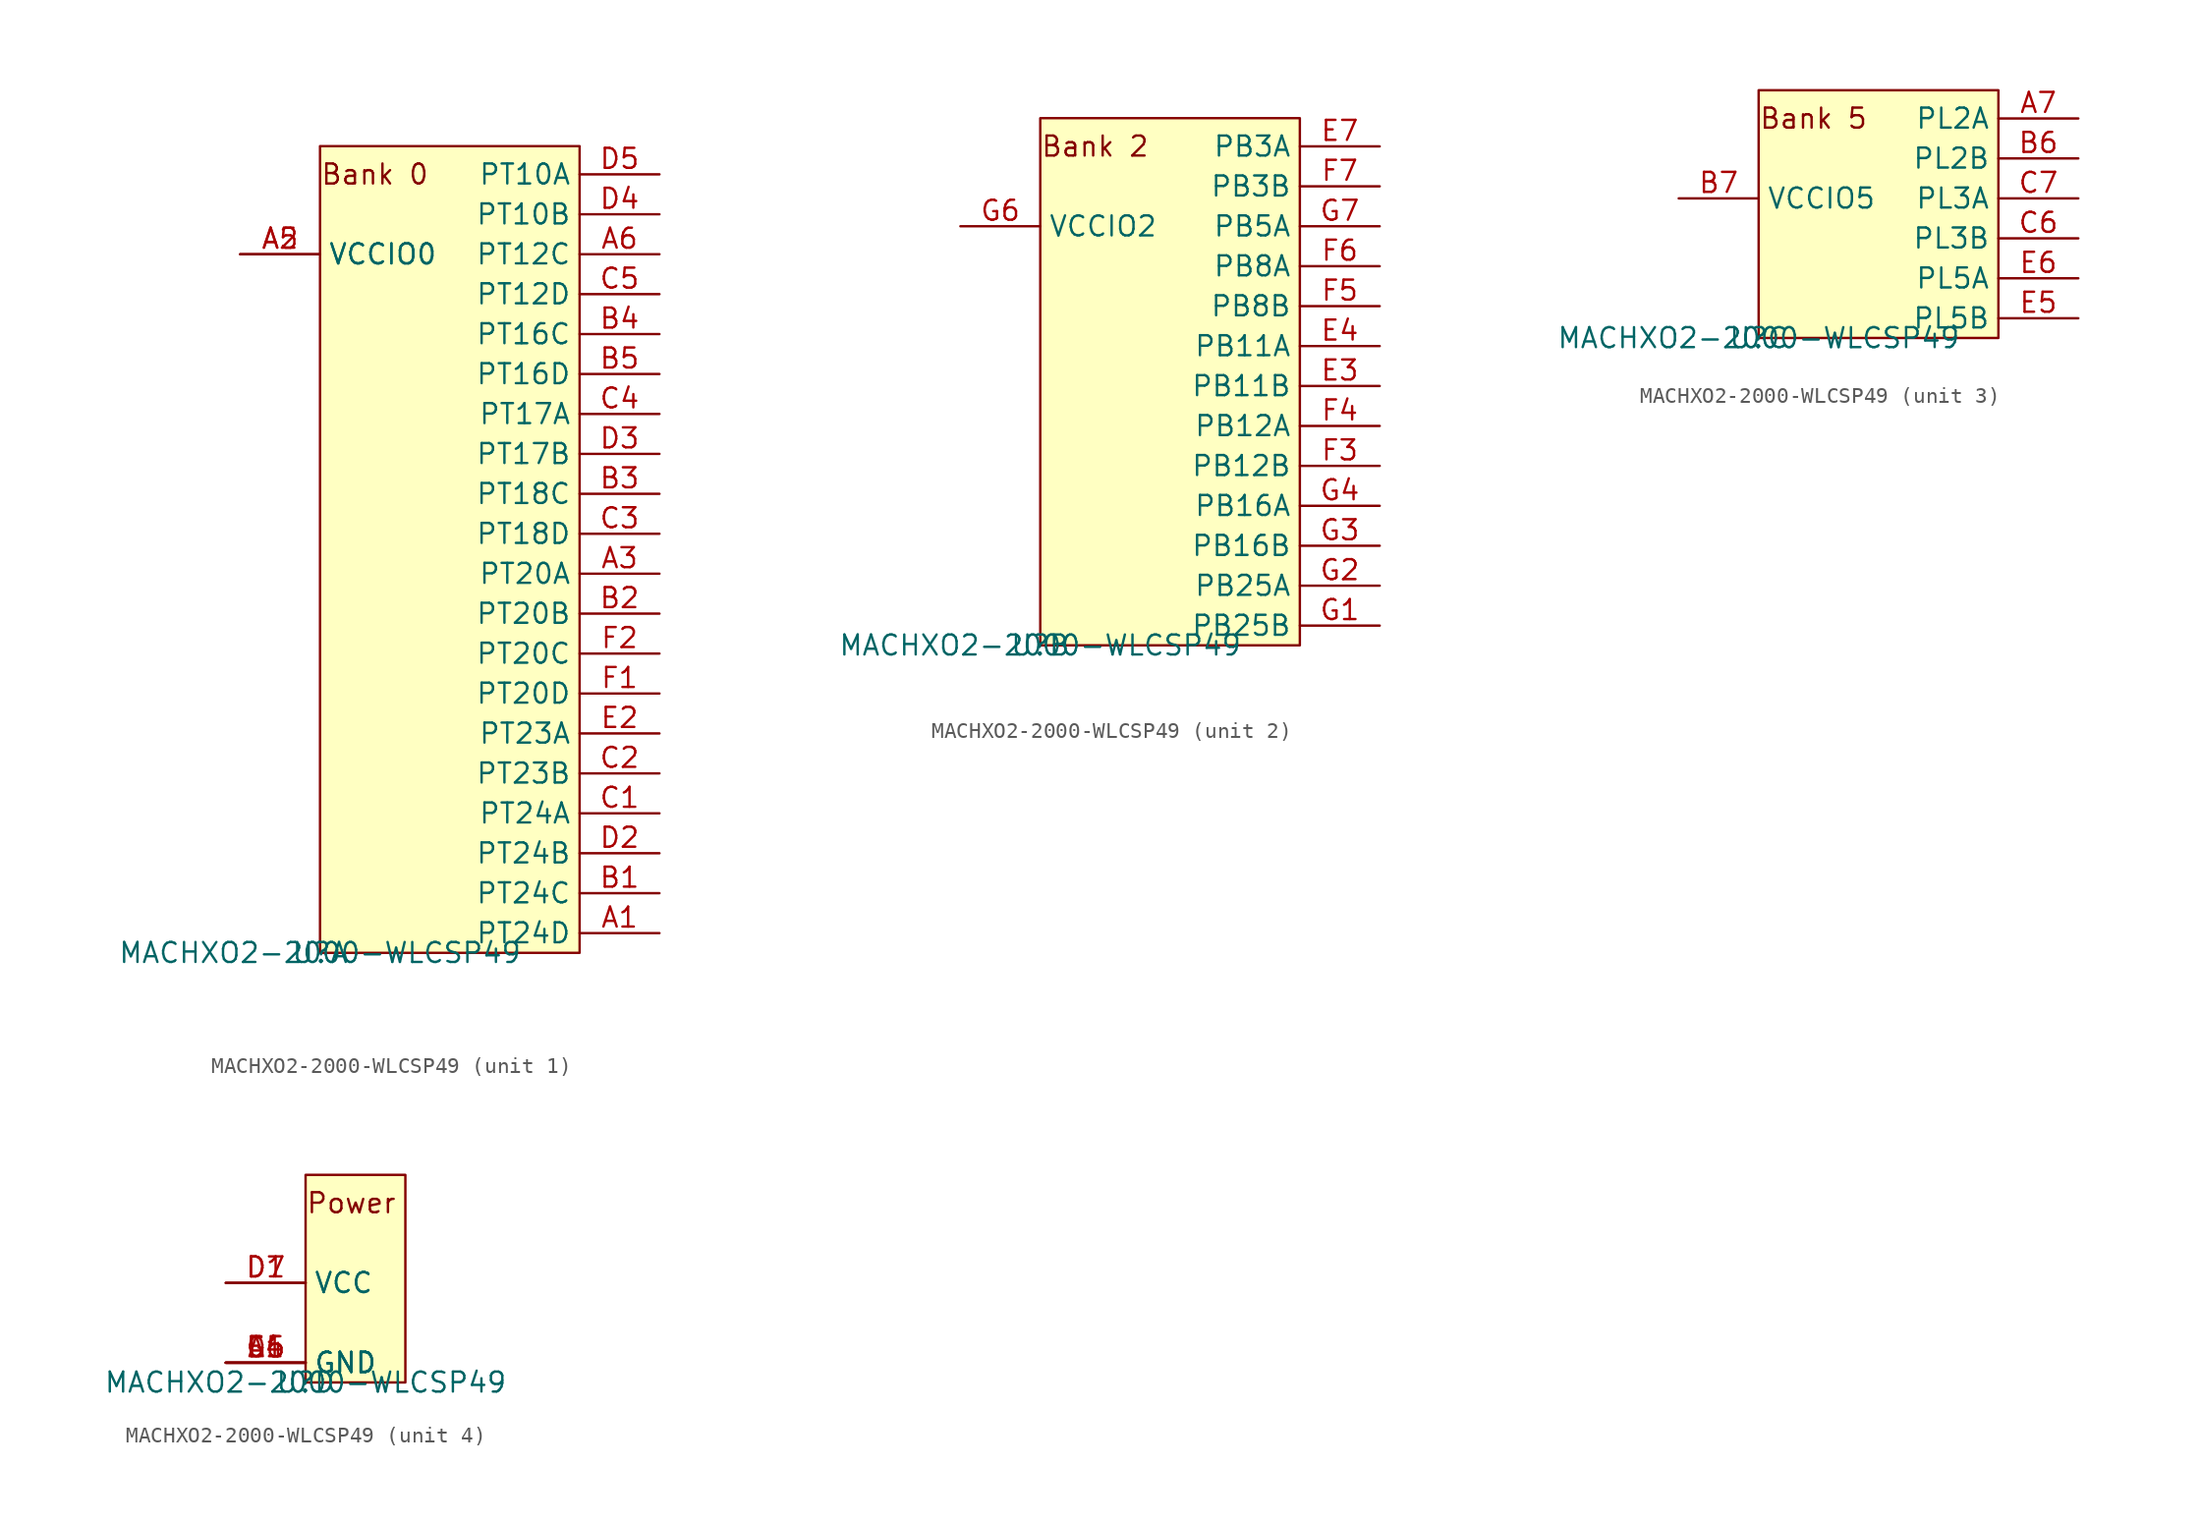
<source format=kicad_sym>
(kicad_symbol_lib
  (version 20211014)
  (generator kicad_symbol_editor)
  (symbol "MACHXO2-2000-WLCSP49"
    (property "Reference" "U"
      (at 0 0 0)
      (effects (font (size 1.27 1.27))))
    (property "Value" "MACHXO2-2000-WLCSP49"
      (at 0 0 0)
      (effects (font (size 1.27 1.27))))
    (property "ki_locked" ""
      (at 0 0 0)
      (effects (font (size 1.27 1.27))))
    (symbol "MACHXO2-2000-WLCSP49_1_0"
      (pin power_in line (at -5.08 44.434 0) (length 5.08) (name "VCCIO0" (effects (font (size 1.27 1.27)))) (number "A5" (effects (font (size 1.27 1.27)))))
      (pin power_in line (at -5.08 44.434 0) (length 5.08) (name "VCCIO0" (effects (font (size 1.27 1.27)))) (number "A2" (effects (font (size 1.27 1.27)))))
      (pin bidirectional line (at 21.59 49.514 180) (length 5.08) (name "PT10A" (effects (font (size 1.27 1.27)))) (number "D5" (effects (font (size 1.27 1.27)))))
      (pin bidirectional line (at 21.59 46.974 180) (length 5.08) (name "PT10B" (effects (font (size 1.27 1.27)))) (number "D4" (effects (font (size 1.27 1.27)))))
      (pin bidirectional line (at 21.59 44.434 180) (length 5.08) (name "PT12C" (effects (font (size 1.27 1.27)))) (number "A6" (effects (font (size 1.27 1.27)))))
      (pin bidirectional line (at 21.59 41.894 180) (length 5.08) (name "PT12D" (effects (font (size 1.27 1.27)))) (number "C5" (effects (font (size 1.27 1.27)))))
      (pin bidirectional line (at 21.59 39.354 180) (length 5.08) (name "PT16C" (effects (font (size 1.27 1.27)))) (number "B4" (effects (font (size 1.27 1.27)))))
      (pin bidirectional line (at 21.59 36.814 180) (length 5.08) (name "PT16D" (effects (font (size 1.27 1.27)))) (number "B5" (effects (font (size 1.27 1.27)))))
      (pin bidirectional line (at 21.59 34.274 180) (length 5.08) (name "PT17A" (effects (font (size 1.27 1.27)))) (number "C4" (effects (font (size 1.27 1.27)))))
      (pin bidirectional line (at 21.59 31.734 180) (length 5.08) (name "PT17B" (effects (font (size 1.27 1.27)))) (number "D3" (effects (font (size 1.27 1.27)))))
      (pin bidirectional line (at 21.59 29.194 180) (length 5.08) (name "PT18C" (effects (font (size 1.27 1.27)))) (number "B3" (effects (font (size 1.27 1.27)))))
      (pin bidirectional line (at 21.59 26.654 180) (length 5.08) (name "PT18D" (effects (font (size 1.27 1.27)))) (number "C3" (effects (font (size 1.27 1.27)))))
      (pin bidirectional line (at 21.59 24.114 180) (length 5.08) (name "PT20A" (effects (font (size 1.27 1.27)))) (number "A3" (effects (font (size 1.27 1.27)))))
      (pin bidirectional line (at 21.59 21.574 180) (length 5.08) (name "PT20B" (effects (font (size 1.27 1.27)))) (number "B2" (effects (font (size 1.27 1.27)))))
      (pin bidirectional line (at 21.59 19.034 180) (length 5.08) (name "PT20C" (effects (font (size 1.27 1.27)))) (number "F2" (effects (font (size 1.27 1.27)))))
      (pin bidirectional line (at 21.59 16.494 180) (length 5.08) (name "PT20D" (effects (font (size 1.27 1.27)))) (number "F1" (effects (font (size 1.27 1.27)))))
      (pin bidirectional line (at 21.59 13.954 180) (length 5.08) (name "PT23A" (effects (font (size 1.27 1.27)))) (number "E2" (effects (font (size 1.27 1.27)))))
      (pin bidirectional line (at 21.59 11.414 180) (length 5.08) (name "PT23B" (effects (font (size 1.27 1.27)))) (number "C2" (effects (font (size 1.27 1.27)))))
      (pin bidirectional line (at 21.59 8.874 180) (length 5.08) (name "PT24A" (effects (font (size 1.27 1.27)))) (number "C1" (effects (font (size 1.27 1.27)))))
      (pin bidirectional line (at 21.59 6.334 180) (length 5.08) (name "PT24B" (effects (font (size 1.27 1.27)))) (number "D2" (effects (font (size 1.27 1.27)))))
      (pin bidirectional line (at 21.59 3.794 180) (length 5.08) (name "PT24C" (effects (font (size 1.27 1.27)))) (number "B1" (effects (font (size 1.27 1.27)))))
      (pin bidirectional line (at 21.59 1.254 180) (length 5.08) (name "PT24D" (effects (font (size 1.27 1.27)))) (number "A1" (effects (font (size 1.27 1.27))))))
    (symbol "MACHXO2-2000-WLCSP49_1_1"
      (rectangle (start 0 0) (end 16.51 51.308) (stroke (width 0) (type default) (color 0 0 0 0)) (fill (type background)))
      (text "Bank 0" (at 0 49.514 0) (effects (font (size 1.27 1.27)) (justify left))))
    (symbol "MACHXO2-2000-WLCSP49_2_0"
      (pin power_in line (at -5.08 26.654 0) (length 5.08) (name "VCCIO2" (effects (font (size 1.27 1.27)))) (number "G6" (effects (font (size 1.27 1.27)))))
      (pin bidirectional line (at 21.59 31.734 180) (length 5.08) (name "PB3A" (effects (font (size 1.27 1.27)))) (number "E7" (effects (font (size 1.27 1.27)))))
      (pin bidirectional line (at 21.59 29.194 180) (length 5.08) (name "PB3B" (effects (font (size 1.27 1.27)))) (number "F7" (effects (font (size 1.27 1.27)))))
      (pin bidirectional line (at 21.59 26.654 180) (length 5.08) (name "PB5A" (effects (font (size 1.27 1.27)))) (number "G7" (effects (font (size 1.27 1.27)))))
      (pin bidirectional line (at 21.59 24.114 180) (length 5.08) (name "PB8A" (effects (font (size 1.27 1.27)))) (number "F6" (effects (font (size 1.27 1.27)))))
      (pin bidirectional line (at 21.59 21.574 180) (length 5.08) (name "PB8B" (effects (font (size 1.27 1.27)))) (number "F5" (effects (font (size 1.27 1.27)))))
      (pin bidirectional line (at 21.59 19.034 180) (length 5.08) (name "PB11A" (effects (font (size 1.27 1.27)))) (number "E4" (effects (font (size 1.27 1.27)))))
      (pin bidirectional line (at 21.59 16.494 180) (length 5.08) (name "PB11B" (effects (font (size 1.27 1.27)))) (number "E3" (effects (font (size 1.27 1.27)))))
      (pin bidirectional line (at 21.59 13.954 180) (length 5.08) (name "PB12A" (effects (font (size 1.27 1.27)))) (number "F4" (effects (font (size 1.27 1.27)))))
      (pin bidirectional line (at 21.59 11.414 180) (length 5.08) (name "PB12B" (effects (font (size 1.27 1.27)))) (number "F3" (effects (font (size 1.27 1.27)))))
      (pin bidirectional line (at 21.59 8.874 180) (length 5.08) (name "PB16A" (effects (font (size 1.27 1.27)))) (number "G4" (effects (font (size 1.27 1.27)))))
      (pin bidirectional line (at 21.59 6.334 180) (length 5.08) (name "PB16B" (effects (font (size 1.27 1.27)))) (number "G3" (effects (font (size 1.27 1.27)))))
      (pin bidirectional line (at 21.59 3.794 180) (length 5.08) (name "PB25A" (effects (font (size 1.27 1.27)))) (number "G2" (effects (font (size 1.27 1.27)))))
      (pin bidirectional line (at 21.59 1.254 180) (length 5.08) (name "PB25B" (effects (font (size 1.27 1.27)))) (number "G1" (effects (font (size 1.27 1.27))))))
    (symbol "MACHXO2-2000-WLCSP49_2_1"
      (rectangle (start 0 0) (end 16.51 33.528) (stroke (width 0) (type default) (color 0 0 0 0)) (fill (type background)))
      (text "Bank 2" (at 0 31.734 0) (effects (font (size 1.27 1.27)) (justify left))))
    (symbol "MACHXO2-2000-WLCSP49_3_0"
      (pin power_in line (at -5.08 8.874 0) (length 5.08) (name "VCCIO5" (effects (font (size 1.27 1.27)))) (number "B7" (effects (font (size 1.27 1.27)))))
      (pin bidirectional line (at 20.32 13.954 180) (length 5.08) (name "PL2A" (effects (font (size 1.27 1.27)))) (number "A7" (effects (font (size 1.27 1.27)))))
      (pin bidirectional line (at 20.32 11.414 180) (length 5.08) (name "PL2B" (effects (font (size 1.27 1.27)))) (number "B6" (effects (font (size 1.27 1.27)))))
      (pin bidirectional line (at 20.32 8.874 180) (length 5.08) (name "PL3A" (effects (font (size 1.27 1.27)))) (number "C7" (effects (font (size 1.27 1.27)))))
      (pin bidirectional line (at 20.32 6.334 180) (length 5.08) (name "PL3B" (effects (font (size 1.27 1.27)))) (number "C6" (effects (font (size 1.27 1.27)))))
      (pin bidirectional line (at 20.32 3.794 180) (length 5.08) (name "PL5A" (effects (font (size 1.27 1.27)))) (number "E6" (effects (font (size 1.27 1.27)))))
      (pin bidirectional line (at 20.32 1.254 180) (length 5.08) (name "PL5B" (effects (font (size 1.27 1.27)))) (number "E5" (effects (font (size 1.27 1.27))))))
    (symbol "MACHXO2-2000-WLCSP49_3_1"
      (rectangle (start 0 0) (end 15.24 15.748) (stroke (width 0) (type default) (color 0 0 0 0)) (fill (type background)))
      (text "Bank 5" (at 0 13.954 0) (effects (font (size 1.27 1.27)) (justify left))))
    (symbol "MACHXO2-2000-WLCSP49_4_0"
      (pin power_in line (at -5.08 6.334 0) (length 5.08) (name "VCC" (effects (font (size 1.27 1.27)))) (number "D7" (effects (font (size 1.27 1.27)))))
      (pin power_in line (at -5.08 6.334 0) (length 5.08) (name "VCC" (effects (font (size 1.27 1.27)))) (number "D1" (effects (font (size 1.27 1.27)))))
      (pin power_in line (at -5.08 1.254 0) (length 5.08) (name "GND" (effects (font (size 1.27 1.27)))) (number "A4" (effects (font (size 1.27 1.27)))))
      (pin power_in line (at -5.08 1.254 0) (length 5.08) (name "GND" (effects (font (size 1.27 1.27)))) (number "D6" (effects (font (size 1.27 1.27)))))
      (pin power_in line (at -5.08 1.254 0) (length 5.08) (name "GND" (effects (font (size 1.27 1.27)))) (number "E1" (effects (font (size 1.27 1.27)))))
      (pin power_in line (at -5.08 1.254 0) (length 5.08) (name "GND" (effects (font (size 1.27 1.27)))) (number "G5" (effects (font (size 1.27 1.27))))))
    (symbol "MACHXO2-2000-WLCSP49_4_1"
      (rectangle (start 0 0) (end 6.35 13.208) (stroke (width 0) (type default) (color 0 0 0 0)) (fill (type background)))
      (text "Power" (at 0 11.414 0) (effects (font (size 1.27 1.27)) (justify left))))))
</source>
